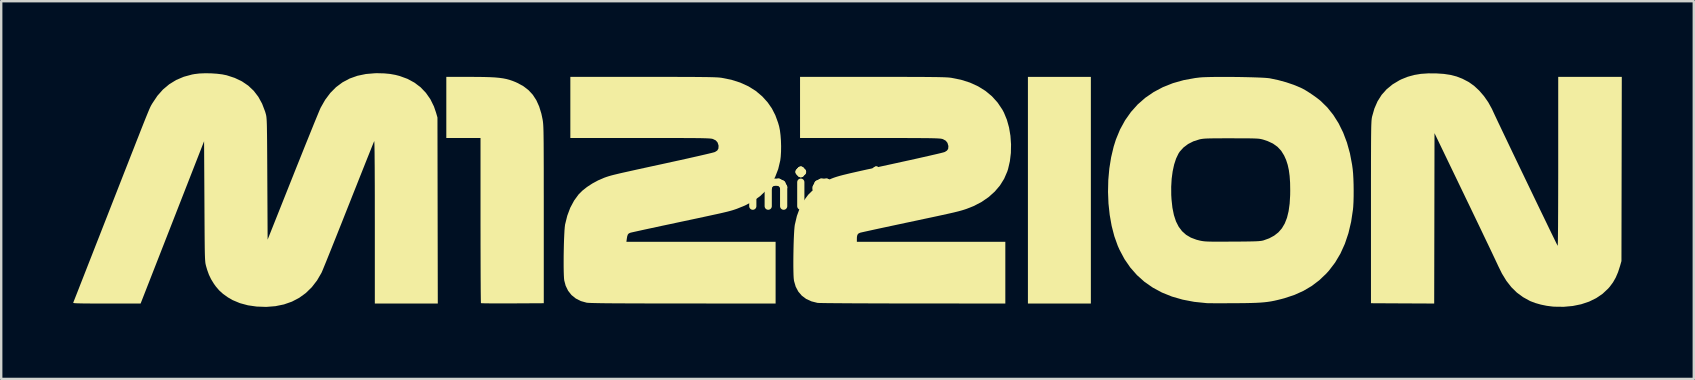
<source format=kicad_pcb>
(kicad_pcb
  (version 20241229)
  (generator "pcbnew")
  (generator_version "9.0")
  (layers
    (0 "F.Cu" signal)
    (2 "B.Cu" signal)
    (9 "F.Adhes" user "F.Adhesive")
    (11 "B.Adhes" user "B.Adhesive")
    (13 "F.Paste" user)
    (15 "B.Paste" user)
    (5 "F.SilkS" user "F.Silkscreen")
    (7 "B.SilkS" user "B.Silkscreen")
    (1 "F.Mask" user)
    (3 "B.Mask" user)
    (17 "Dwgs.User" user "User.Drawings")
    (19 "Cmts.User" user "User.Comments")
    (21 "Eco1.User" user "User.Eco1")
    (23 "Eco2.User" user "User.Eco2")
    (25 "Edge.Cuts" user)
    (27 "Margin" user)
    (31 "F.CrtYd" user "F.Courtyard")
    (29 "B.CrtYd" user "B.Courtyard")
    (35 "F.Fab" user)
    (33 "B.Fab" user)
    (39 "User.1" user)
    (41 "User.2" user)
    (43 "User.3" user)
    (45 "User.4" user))
  (footprint "mission"
    (layer "F.Cu")
    (at 32.239 4.861)
    (property "Reference" "mission" (at 0 0 0) (layer "F.SilkS") (effects (font (size 1.5 1.5) (thickness 0.3))))
    (attr board_only exclude_from_pos_files exclude_from_bom)
    (fp_poly (pts (xy 10.155 0.013) (xy 10.155 4.734) (xy 8.844 4.734) (xy 7.533 4.734) (xy 7.533 0.013) (xy 7.533 -4.708) (xy 8.844 -4.708) (xy 10.155 -4.708)) (stroke (width 0) (type solid)) (fill yes) (layer "F.SilkS"))
    (fp_poly (pts (xy -15.722 -4.708) (xy -15.396 -4.707) (xy -15.115 -4.703) (xy -14.874 -4.696) (xy -14.666 -4.685) (xy -14.486 -4.668) (xy -14.328 -4.646) (xy -14.187 -4.618) (xy -14.056 -4.582) (xy -13.931 -4.539) (xy -13.804 -4.488) (xy -13.731 -4.454) (xy -13.484 -4.319) (xy -13.272 -4.156) (xy -13.094 -3.964) (xy -12.947 -3.738) (xy -12.828 -3.475) (xy -12.735 -3.172) (xy -12.683 -2.924) (xy -12.677 -2.885) (xy -12.671 -2.844) (xy -12.666 -2.798) (xy -12.661 -2.744) (xy -12.657 -2.68) (xy -12.653 -2.602) (xy -12.65 -2.51) (xy -12.647 -2.398) (xy -12.645 -2.267) (xy -12.643 -2.111) (xy -12.641 -1.93) (xy -12.64 -1.72) (xy -12.639 -1.478) (xy -12.638 -1.203) (xy -12.637 -0.891) (xy -12.637 -0.54) (xy -12.637 -0.148) (xy -12.636 0.29) (xy -12.636 0.774) (xy -12.636 1.031) (xy -12.636 4.721) (xy -13.936 4.728) (xy -14.189 4.729) (xy -14.426 4.729) (xy -14.642 4.729) (xy -14.834 4.728) (xy -14.995 4.726) (xy -15.122 4.724) (xy -15.208 4.721) (xy -15.25 4.718) (xy -15.253 4.717) (xy -15.255 4.69) (xy -15.257 4.615) (xy -15.259 4.495) (xy -15.261 4.333) (xy -15.263 4.132) (xy -15.264 3.895) (xy -15.266 3.624) (xy -15.267 3.324) (xy -15.268 2.996) (xy -15.269 2.643) (xy -15.27 2.27) (xy -15.27 1.878) (xy -15.271 1.47) (xy -15.271 1.268) (xy -15.271 -2.163) (xy -15.983 -2.163) (xy -16.696 -2.163) (xy -16.696 -3.436) (xy -16.696 -4.708)) (stroke (width 0) (type solid)) (fill yes) (layer "F.SilkS"))
    (fp_poly (pts (xy 24.547 -4.853) (xy 24.862 -4.832) (xy 25.141 -4.79) (xy 25.394 -4.724) (xy 25.633 -4.631) (xy 25.87 -4.508) (xy 25.894 -4.494) (xy 26.115 -4.339) (xy 26.329 -4.141) (xy 26.53 -3.909) (xy 26.71 -3.651) (xy 26.862 -3.376) (xy 26.911 -3.27) (xy 26.937 -3.213) (xy 26.982 -3.117) (xy 27.045 -2.983) (xy 27.123 -2.817) (xy 27.217 -2.621) (xy 27.323 -2.398) (xy 27.44 -2.153) (xy 27.567 -1.887) (xy 27.701 -1.606) (xy 27.842 -1.312) (xy 27.987 -1.009) (xy 28.136 -0.7) (xy 28.286 -0.388) (xy 28.435 -0.078) (xy 28.582 0.228) (xy 28.726 0.527) (xy 28.864 0.814) (xy 28.996 1.086) (xy 29.119 1.34) (xy 29.231 1.573) (xy 29.332 1.781) (xy 29.42 1.961) (xy 29.492 2.108) (xy 29.547 2.221) (xy 29.584 2.295) (xy 29.601 2.327) (xy 29.602 2.327) (xy 29.605 2.306) (xy 29.608 2.235) (xy 29.611 2.117) (xy 29.613 1.955) (xy 29.615 1.75) (xy 29.618 1.504) (xy 29.619 1.219) (xy 29.621 0.897) (xy 29.622 0.54) (xy 29.623 0.151) (xy 29.624 -0.269) (xy 29.625 -0.718) (xy 29.625 -1.178) (xy 29.625 -4.708) (xy 30.949 -4.708) (xy 32.273 -4.708) (xy 32.266 -0.872) (xy 32.259 2.965) (xy 32.203 3.162) (xy 32.117 3.428) (xy 32.02 3.654) (xy 31.906 3.854) (xy 31.769 4.038) (xy 31.702 4.114) (xy 31.472 4.329) (xy 31.207 4.509) (xy 30.909 4.655) (xy 30.582 4.764) (xy 30.23 4.836) (xy 29.855 4.87) (xy 29.46 4.865) (xy 29.383 4.859) (xy 29.148 4.829) (xy 28.905 4.779) (xy 28.674 4.714) (xy 28.471 4.637) (xy 28.437 4.621) (xy 28.155 4.465) (xy 27.901 4.277) (xy 27.673 4.053) (xy 27.467 3.79) (xy 27.28 3.484) (xy 27.127 3.174) (xy 27.096 3.106) (xy 27.044 2.996) (xy 26.974 2.847) (xy 26.886 2.662) (xy 26.783 2.444) (xy 26.665 2.198) (xy 26.535 1.927) (xy 26.395 1.633) (xy 26.245 1.321) (xy 26.088 0.994) (xy 25.925 0.654) (xy 25.757 0.307) (xy 25.724 0.237) (xy 24.471 -2.364) (xy 24.465 1.185) (xy 24.458 4.734) (xy 23.141 4.728) (xy 21.824 4.721) (xy 21.824 0.942) (xy 21.824 0.428) (xy 21.824 -0.038) (xy 21.824 -0.457) (xy 21.825 -0.834) (xy 21.825 -1.17) (xy 21.826 -1.467) (xy 21.827 -1.729) (xy 21.828 -1.958) (xy 21.829 -2.157) (xy 21.831 -2.327) (xy 21.833 -2.472) (xy 21.835 -2.594) (xy 21.838 -2.696) (xy 21.842 -2.781) (xy 21.845 -2.85) (xy 21.849 -2.906) (xy 21.854 -2.952) (xy 21.859 -2.991) (xy 21.865 -3.024) (xy 21.871 -3.054) (xy 21.967 -3.39) (xy 22.099 -3.692) (xy 22.269 -3.96) (xy 22.478 -4.194) (xy 22.726 -4.397) (xy 23.014 -4.569) (xy 23.094 -4.608) (xy 23.349 -4.711) (xy 23.616 -4.786) (xy 23.903 -4.834) (xy 24.218 -4.855)) (stroke (width 0) (type solid)) (fill yes) (layer "F.SilkS"))
    (fp_poly (pts (xy 1.525 -4.708) (xy 1.943 -4.708) (xy 2.316 -4.708) (xy 2.646 -4.707) (xy 2.937 -4.706) (xy 3.191 -4.705) (xy 3.412 -4.703) (xy 3.601 -4.701) (xy 3.763 -4.699) (xy 3.899 -4.696) (xy 4.014 -4.693) (xy 4.108 -4.689) (xy 4.186 -4.685) (xy 4.251 -4.68) (xy 4.304 -4.674) (xy 4.344 -4.669) (xy 4.746 -4.588) (xy 5.118 -4.47) (xy 5.457 -4.315) (xy 5.763 -4.125) (xy 6.034 -3.9) (xy 6.267 -3.642) (xy 6.463 -3.352) (xy 6.534 -3.22) (xy 6.656 -2.924) (xy 6.747 -2.599) (xy 6.805 -2.253) (xy 6.83 -1.897) (xy 6.823 -1.54) (xy 6.781 -1.192) (xy 6.705 -0.864) (xy 6.672 -0.763) (xy 6.542 -0.463) (xy 6.368 -0.184) (xy 6.151 0.071) (xy 5.894 0.301) (xy 5.6 0.503) (xy 5.271 0.674) (xy 4.983 0.788) (xy 4.921 0.809) (xy 4.86 0.829) (xy 4.797 0.848) (xy 4.727 0.868) (xy 4.647 0.89) (xy 4.554 0.913) (xy 4.444 0.94) (xy 4.313 0.97) (xy 4.157 1.005) (xy 3.974 1.045) (xy 3.759 1.092) (xy 3.508 1.146) (xy 3.219 1.207) (xy 2.888 1.278) (xy 2.51 1.358) (xy 2.494 1.361) (xy 2.191 1.426) (xy 1.901 1.488) (xy 1.629 1.546) (xy 1.377 1.6) (xy 1.151 1.649) (xy 0.954 1.692) (xy 0.79 1.728) (xy 0.664 1.756) (xy 0.58 1.775) (xy 0.541 1.785) (xy 0.541 1.785) (xy 0.471 1.819) (xy 0.429 1.873) (xy 0.41 1.959) (xy 0.407 2.034) (xy 0.407 2.163) (xy 3.499 2.163) (xy 6.592 2.163) (xy 6.592 3.449) (xy 6.592 4.734) (xy 2.742 4.731) (xy 2.302 4.73) (xy 1.873 4.73) (xy 1.461 4.729) (xy 1.067 4.728) (xy 0.694 4.726) (xy 0.345 4.725) (xy 0.023 4.723) (xy -0.269 4.721) (xy -0.527 4.719) (xy -0.751 4.717) (xy -0.935 4.715) (xy -1.078 4.712) (xy -1.176 4.71) (xy -1.228 4.707) (xy -1.232 4.707) (xy -1.485 4.643) (xy -1.704 4.543) (xy -1.886 4.407) (xy -2.032 4.237) (xy -2.14 4.034) (xy -2.209 3.798) (xy -2.215 3.763) (xy -2.225 3.674) (xy -2.232 3.542) (xy -2.236 3.374) (xy -2.239 3.179) (xy -2.239 2.964) (xy -2.237 2.737) (xy -2.233 2.505) (xy -2.228 2.277) (xy -2.221 2.059) (xy -2.212 1.86) (xy -2.202 1.688) (xy -2.19 1.549) (xy -2.178 1.452) (xy -2.177 1.451) (xy -2.091 1.085) (xy -1.97 0.756) (xy -1.813 0.463) (xy -1.621 0.203) (xy -1.39 -0.025) (xy -1.12 -0.224) (xy -0.904 -0.347) (xy -0.833 -0.383) (xy -0.768 -0.416) (xy -0.705 -0.446) (xy -0.641 -0.474) (xy -0.571 -0.501) (xy -0.493 -0.528) (xy -0.404 -0.556) (xy -0.3 -0.586) (xy -0.177 -0.619) (xy -0.032 -0.654) (xy 0.137 -0.695) (xy 0.335 -0.74) (xy 0.565 -0.792) (xy 0.83 -0.851) (xy 1.134 -0.917) (xy 1.479 -0.992) (xy 1.87 -1.077) (xy 2.011 -1.108) (xy 2.32 -1.176) (xy 2.617 -1.241) (xy 2.898 -1.303) (xy 3.158 -1.362) (xy 3.393 -1.415) (xy 3.6 -1.463) (xy 3.774 -1.503) (xy 3.911 -1.536) (xy 4.007 -1.561) (xy 4.059 -1.576) (xy 4.064 -1.578) (xy 4.159 -1.636) (xy 4.21 -1.71) (xy 4.22 -1.81) (xy 4.217 -1.84) (xy 4.181 -1.961) (xy 4.109 -2.05) (xy 3.995 -2.113) (xy 3.981 -2.118) (xy 3.959 -2.124) (xy 3.931 -2.13) (xy 3.895 -2.136) (xy 3.847 -2.14) (xy 3.786 -2.144) (xy 3.707 -2.148) (xy 3.609 -2.151) (xy 3.488 -2.154) (xy 3.341 -2.156) (xy 3.167 -2.157) (xy 2.96 -2.159) (xy 2.72 -2.16) (xy 2.443 -2.161) (xy 2.127 -2.161) (xy 1.767 -2.162) (xy 1.363 -2.162) (xy 0.948 -2.162) (xy -1.96 -2.163) (xy -1.96 -3.436) (xy -1.96 -4.708) (xy 1.059 -4.708)) (stroke (width 0) (type solid)) (fill yes) (layer "F.SilkS"))
    (fp_poly (pts (xy -8.044 -4.708) (xy -7.627 -4.708) (xy -7.254 -4.708) (xy -6.924 -4.707) (xy -6.633 -4.706) (xy -6.378 -4.705) (xy -6.158 -4.703) (xy -5.968 -4.701) (xy -5.807 -4.699) (xy -5.67 -4.696) (xy -5.556 -4.693) (xy -5.461 -4.689) (xy -5.383 -4.685) (xy -5.319 -4.68) (xy -5.265 -4.674) (xy -5.226 -4.669) (xy -4.821 -4.588) (xy -4.449 -4.469) (xy -4.109 -4.314) (xy -3.804 -4.123) (xy -3.535 -3.896) (xy -3.522 -3.882) (xy -3.309 -3.646) (xy -3.133 -3.392) (xy -2.99 -3.112) (xy -2.875 -2.798) (xy -2.832 -2.649) (xy -2.798 -2.482) (xy -2.773 -2.279) (xy -2.756 -2.054) (xy -2.749 -1.82) (xy -2.752 -1.591) (xy -2.765 -1.381) (xy -2.785 -1.222) (xy -2.87 -0.866) (xy -2.996 -0.541) (xy -3.164 -0.244) (xy -3.374 0.023) (xy -3.625 0.261) (xy -3.917 0.47) (xy -4.252 0.649) (xy -4.589 0.786) (xy -4.65 0.807) (xy -4.709 0.827) (xy -4.769 0.846) (xy -4.834 0.865) (xy -4.908 0.885) (xy -4.994 0.908) (xy -5.096 0.932) (xy -5.218 0.961) (xy -5.363 0.994) (xy -5.535 1.031) (xy -5.737 1.075) (xy -5.973 1.126) (xy -6.246 1.185) (xy -6.561 1.252) (xy -6.92 1.328) (xy -7.075 1.361) (xy -7.378 1.426) (xy -7.668 1.487) (xy -7.941 1.546) (xy -8.192 1.6) (xy -8.419 1.649) (xy -8.616 1.692) (xy -8.779 1.728) (xy -8.905 1.756) (xy -8.99 1.775) (xy -9.029 1.785) (xy -9.029 1.785) (xy -9.092 1.813) (xy -9.133 1.857) (xy -9.159 1.93) (xy -9.177 2.032) (xy -9.194 2.163) (xy -6.086 2.163) (xy -2.978 2.163) (xy -2.978 3.449) (xy -2.978 4.734) (xy -6.827 4.732) (xy -7.372 4.731) (xy -7.868 4.731) (xy -8.318 4.73) (xy -8.722 4.729) (xy -9.085 4.728) (xy -9.407 4.726) (xy -9.69 4.725) (xy -9.937 4.723) (xy -10.15 4.721) (xy -10.331 4.718) (xy -10.482 4.715) (xy -10.605 4.712) (xy -10.702 4.709) (xy -10.776 4.705) (xy -10.828 4.701) (xy -10.856 4.697) (xy -11.095 4.63) (xy -11.304 4.523) (xy -11.481 4.38) (xy -11.622 4.202) (xy -11.724 3.993) (xy -11.784 3.767) (xy -11.793 3.678) (xy -11.8 3.546) (xy -11.805 3.379) (xy -11.808 3.183) (xy -11.808 2.968) (xy -11.807 2.74) (xy -11.803 2.508) (xy -11.798 2.279) (xy -11.791 2.06) (xy -11.782 1.86) (xy -11.773 1.686) (xy -11.761 1.546) (xy -11.749 1.447) (xy -11.747 1.438) (xy -11.657 1.075) (xy -11.532 0.742) (xy -11.372 0.444) (xy -11.186 0.189) (xy -11.03 0.033) (xy -10.835 -0.122) (xy -10.612 -0.267) (xy -10.372 -0.397) (xy -10.126 -0.503) (xy -10.085 -0.518) (xy -10.032 -0.537) (xy -9.98 -0.554) (xy -9.924 -0.572) (xy -9.862 -0.59) (xy -9.789 -0.61) (xy -9.702 -0.632) (xy -9.598 -0.657) (xy -9.473 -0.687) (xy -9.324 -0.721) (xy -9.148 -0.76) (xy -8.941 -0.806) (xy -8.699 -0.86) (xy -8.419 -0.921) (xy -8.098 -0.991) (xy -7.732 -1.07) (xy -7.559 -1.108) (xy -7.249 -1.176) (xy -6.952 -1.241) (xy -6.671 -1.303) (xy -6.411 -1.362) (xy -6.176 -1.415) (xy -5.969 -1.463) (xy -5.794 -1.504) (xy -5.657 -1.537) (xy -5.56 -1.562) (xy -5.509 -1.577) (xy -5.504 -1.579) (xy -5.41 -1.639) (xy -5.361 -1.721) (xy -5.354 -1.831) (xy -5.358 -1.862) (xy -5.397 -1.978) (xy -5.471 -2.062) (xy -5.587 -2.119) (xy -5.605 -2.125) (xy -5.631 -2.131) (xy -5.665 -2.136) (xy -5.713 -2.141) (xy -5.775 -2.145) (xy -5.855 -2.149) (xy -5.956 -2.152) (xy -6.08 -2.155) (xy -6.23 -2.157) (xy -6.41 -2.159) (xy -6.621 -2.16) (xy -6.867 -2.161) (xy -7.151 -2.162) (xy -7.474 -2.163) (xy -7.841 -2.163) (xy -8.254 -2.163) (xy -8.632 -2.163) (xy -11.529 -2.163) (xy -11.529 -3.436) (xy -11.529 -4.708) (xy -8.51 -4.708)) (stroke (width 0) (type solid)) (fill yes) (layer "F.SilkS"))
    (fp_poly (pts (xy 15.852 -4.707) (xy 16.11 -4.705) (xy 16.368 -4.702) (xy 16.619 -4.697) (xy 16.858 -4.691) (xy 17.077 -4.684) (xy 17.271 -4.676) (xy 17.431 -4.667) (xy 17.552 -4.656) (xy 17.612 -4.648) (xy 17.955 -4.576) (xy 18.291 -4.484) (xy 18.607 -4.377) (xy 18.891 -4.259) (xy 18.979 -4.216) (xy 19.104 -4.146) (xy 19.252 -4.053) (xy 19.41 -3.947) (xy 19.561 -3.839) (xy 19.692 -3.737) (xy 19.726 -3.709) (xy 20.004 -3.437) (xy 20.254 -3.125) (xy 20.475 -2.775) (xy 20.665 -2.39) (xy 20.823 -1.972) (xy 20.948 -1.523) (xy 21.038 -1.047) (xy 21.063 -0.863) (xy 21.08 -0.681) (xy 21.092 -0.464) (xy 21.1 -0.224) (xy 21.103 0.026) (xy 21.102 0.272) (xy 21.096 0.502) (xy 21.085 0.703) (xy 21.075 0.814) (xy 20.998 1.326) (xy 20.885 1.804) (xy 20.736 2.247) (xy 20.551 2.655) (xy 20.33 3.027) (xy 20.074 3.363) (xy 19.959 3.49) (xy 19.666 3.768) (xy 19.35 4.006) (xy 19.007 4.208) (xy 18.633 4.376) (xy 18.222 4.512) (xy 18.102 4.544) (xy 17.947 4.583) (xy 17.804 4.616) (xy 17.667 4.643) (xy 17.529 4.664) (xy 17.384 4.681) (xy 17.225 4.694) (xy 17.045 4.704) (xy 16.838 4.711) (xy 16.596 4.716) (xy 16.314 4.719) (xy 16.161 4.72) (xy 15.93 4.721) (xy 15.71 4.722) (xy 15.506 4.722) (xy 15.326 4.722) (xy 15.175 4.721) (xy 15.061 4.72) (xy 14.989 4.718) (xy 14.978 4.717) (xy 14.463 4.664) (xy 13.981 4.572) (xy 13.532 4.443) (xy 13.117 4.276) (xy 12.736 4.071) (xy 12.389 3.83) (xy 12.077 3.551) (xy 11.799 3.235) (xy 11.556 2.883) (xy 11.349 2.494) (xy 11.276 2.33) (xy 11.133 1.93) (xy 11.021 1.498) (xy 10.94 1.04) (xy 10.889 0.565) (xy 10.87 0.08) (xy 10.875 -0.132) (xy 13.502 -0.132) (xy 13.504 0.213) (xy 13.515 0.397) (xy 13.553 0.745) (xy 13.615 1.049) (xy 13.701 1.312) (xy 13.814 1.535) (xy 13.954 1.72) (xy 14.123 1.871) (xy 14.323 1.989) (xy 14.555 2.076) (xy 14.698 2.112) (xy 14.757 2.124) (xy 14.816 2.134) (xy 14.88 2.142) (xy 14.955 2.148) (xy 15.046 2.152) (xy 15.159 2.155) (xy 15.3 2.156) (xy 15.472 2.157) (xy 15.683 2.156) (xy 15.936 2.155) (xy 16.06 2.155) (xy 16.336 2.153) (xy 16.566 2.151) (xy 16.756 2.148) (xy 16.91 2.145) (xy 17.032 2.141) (xy 17.128 2.136) (xy 17.204 2.129) (xy 17.263 2.122) (xy 17.311 2.112) (xy 17.345 2.104) (xy 17.584 2.018) (xy 17.79 1.907) (xy 17.967 1.769) (xy 18.114 1.6) (xy 18.233 1.398) (xy 18.326 1.161) (xy 18.393 0.886) (xy 18.437 0.571) (xy 18.458 0.213) (xy 18.46 0.025) (xy 18.455 -0.298) (xy 18.436 -0.579) (xy 18.403 -0.826) (xy 18.355 -1.045) (xy 18.29 -1.245) (xy 18.207 -1.431) (xy 18.084 -1.63) (xy 17.93 -1.795) (xy 17.741 -1.93) (xy 17.513 -2.036) (xy 17.337 -2.094) (xy 17.288 -2.107) (xy 17.241 -2.118) (xy 17.189 -2.127) (xy 17.128 -2.134) (xy 17.053 -2.139) (xy 16.958 -2.143) (xy 16.838 -2.146) (xy 16.688 -2.148) (xy 16.502 -2.149) (xy 16.276 -2.149) (xy 16.009 -2.15) (xy 15.733 -2.15) (xy 15.503 -2.149) (xy 15.314 -2.148) (xy 15.16 -2.146) (xy 15.036 -2.143) (xy 14.936 -2.139) (xy 14.857 -2.133) (xy 14.791 -2.125) (xy 14.735 -2.116) (xy 14.683 -2.105) (xy 14.679 -2.104) (xy 14.428 -2.024) (xy 14.204 -1.91) (xy 14.012 -1.765) (xy 13.858 -1.594) (xy 13.804 -1.511) (xy 13.705 -1.304) (xy 13.624 -1.056) (xy 13.563 -0.774) (xy 13.521 -0.464) (xy 13.502 -0.132) (xy 10.875 -0.132) (xy 10.881 -0.407) (xy 10.924 -0.888) (xy 10.999 -1.356) (xy 11.105 -1.802) (xy 11.199 -2.1) (xy 11.371 -2.517) (xy 11.581 -2.9) (xy 11.827 -3.248) (xy 12.108 -3.562) (xy 12.425 -3.839) (xy 12.776 -4.079) (xy 13.159 -4.282) (xy 13.575 -4.447) (xy 14.022 -4.573) (xy 14.5 -4.66) (xy 14.691 -4.683) (xy 14.806 -4.692) (xy 14.961 -4.698) (xy 15.15 -4.703) (xy 15.366 -4.706) (xy 15.602 -4.707)) (stroke (width 0) (type solid)) (fill yes) (layer "F.SilkS"))
    (fp_poly (pts (xy -19.283 -4.854) (xy -19.04 -4.831) (xy -18.813 -4.79) (xy -18.637 -4.744) (xy -18.314 -4.626) (xy -18.024 -4.469) (xy -17.767 -4.275) (xy -17.546 -4.043) (xy -17.36 -3.777) (xy -17.212 -3.477) (xy -17.124 -3.22) (xy -17.065 -3.016) (xy -17.058 0.859) (xy -17.051 4.734) (xy -18.362 4.734) (xy -19.674 4.734) (xy -19.674 1.33) (xy -19.675 0.78) (xy -19.675 0.278) (xy -19.676 -0.176) (xy -19.678 -0.58) (xy -19.679 -0.935) (xy -19.682 -1.241) (xy -19.684 -1.498) (xy -19.687 -1.704) (xy -19.69 -1.861) (xy -19.693 -1.967) (xy -19.697 -2.023) (xy -19.7 -2.031) (xy -19.713 -2.002) (xy -19.743 -1.929) (xy -19.789 -1.815) (xy -19.85 -1.662) (xy -19.925 -1.474) (xy -20.013 -1.255) (xy -20.112 -1.006) (xy -20.221 -0.732) (xy -20.34 -0.434) (xy -20.465 -0.117) (xy -20.598 0.216) (xy -20.735 0.564) (xy -20.771 0.653) (xy -20.911 1.006) (xy -21.046 1.348) (xy -21.177 1.675) (xy -21.3 1.985) (xy -21.416 2.274) (xy -21.522 2.539) (xy -21.618 2.777) (xy -21.701 2.984) (xy -21.772 3.157) (xy -21.828 3.294) (xy -21.868 3.39) (xy -21.891 3.443) (xy -21.893 3.448) (xy -22.081 3.771) (xy -22.299 4.053) (xy -22.547 4.295) (xy -22.824 4.496) (xy -23.128 4.655) (xy -23.46 4.771) (xy -23.816 4.844) (xy -24.197 4.874) (xy -24.598 4.86) (xy -24.96 4.808) (xy -25.294 4.718) (xy -25.598 4.591) (xy -25.795 4.477) (xy -25.994 4.335) (xy -26.158 4.187) (xy -26.301 4.019) (xy -26.383 3.904) (xy -26.496 3.719) (xy -26.585 3.534) (xy -26.658 3.332) (xy -26.704 3.174) (xy -26.713 3.139) (xy -26.721 3.104) (xy -26.729 3.066) (xy -26.735 3.022) (xy -26.74 2.969) (xy -26.745 2.904) (xy -26.749 2.822) (xy -26.753 2.722) (xy -26.756 2.6) (xy -26.759 2.452) (xy -26.761 2.276) (xy -26.763 2.068) (xy -26.765 1.825) (xy -26.767 1.544) (xy -26.769 1.221) (xy -26.771 0.853) (xy -26.773 0.469) (xy -26.787 -2.027) (xy -28.109 1.354) (xy -29.431 4.734) (xy -30.841 4.734) (xy -31.156 4.734) (xy -31.423 4.733) (xy -31.645 4.732) (xy -31.827 4.73) (xy -31.971 4.727) (xy -32.08 4.724) (xy -32.158 4.72) (xy -32.209 4.715) (xy -32.234 4.708) (xy -32.239 4.702) (xy -32.229 4.675) (xy -32.201 4.604) (xy -32.156 4.489) (xy -32.095 4.335) (xy -32.02 4.144) (xy -31.932 3.918) (xy -31.83 3.659) (xy -31.717 3.37) (xy -31.593 3.053) (xy -31.459 2.712) (xy -31.317 2.348) (xy -31.166 1.965) (xy -31.009 1.563) (xy -30.846 1.147) (xy -30.686 0.738) (xy -30.483 0.22) (xy -30.297 -0.254) (xy -30.129 -0.684) (xy -29.976 -1.073) (xy -29.839 -1.424) (xy -29.715 -1.738) (xy -29.606 -2.018) (xy -29.508 -2.265) (xy -29.423 -2.483) (xy -29.348 -2.672) (xy -29.283 -2.836) (xy -29.227 -2.976) (xy -29.179 -3.094) (xy -29.138 -3.194) (xy -29.104 -3.276) (xy -29.076 -3.344) (xy -29.052 -3.398) (xy -29.032 -3.442) (xy -29.015 -3.478) (xy -29 -3.507) (xy -28.986 -3.532) (xy -28.972 -3.556) (xy -28.958 -3.579) (xy -28.943 -3.605) (xy -28.937 -3.614) (xy -28.733 -3.919) (xy -28.501 -4.181) (xy -28.24 -4.4) (xy -27.951 -4.578) (xy -27.633 -4.713) (xy -27.286 -4.807) (xy -27.182 -4.826) (xy -26.978 -4.85) (xy -26.746 -4.859) (xy -26.501 -4.856) (xy -26.258 -4.84) (xy -26.034 -4.813) (xy -25.847 -4.775) (xy -25.51 -4.665) (xy -25.21 -4.522) (xy -24.947 -4.343) (xy -24.72 -4.129) (xy -24.528 -3.879) (xy -24.37 -3.591) (xy -24.245 -3.264) (xy -24.221 -3.182) (xy -24.212 -3.15) (xy -24.204 -3.117) (xy -24.197 -3.081) (xy -24.191 -3.039) (xy -24.186 -2.986) (xy -24.181 -2.921) (xy -24.177 -2.84) (xy -24.173 -2.739) (xy -24.17 -2.616) (xy -24.168 -2.467) (xy -24.165 -2.29) (xy -24.163 -2.081) (xy -24.161 -1.836) (xy -24.159 -1.553) (xy -24.157 -1.229) (xy -24.155 -0.86) (xy -24.153 -0.459) (xy -24.14 2.072) (xy -23.086 -0.574) (xy -22.945 -0.928) (xy -22.807 -1.272) (xy -22.675 -1.602) (xy -22.549 -1.916) (xy -22.43 -2.209) (xy -22.321 -2.479) (xy -22.223 -2.722) (xy -22.136 -2.934) (xy -22.062 -3.113) (xy -22.003 -3.256) (xy -21.96 -3.358) (xy -21.934 -3.417) (xy -21.931 -3.423) (xy -21.744 -3.752) (xy -21.53 -4.038) (xy -21.289 -4.281) (xy -21.02 -4.481) (xy -20.723 -4.639) (xy -20.399 -4.754) (xy -20.045 -4.828) (xy -19.663 -4.86) (xy -19.558 -4.861)) (stroke (width 0) (type solid)) (fill yes) (layer "F.SilkS")))
  (gr_rect
    (start -3 -3)
    (end 67.512 12.735)
    (stroke (width 0.1) (type default))
    (fill no)
    (layer "Edge.Cuts")))
</source>
